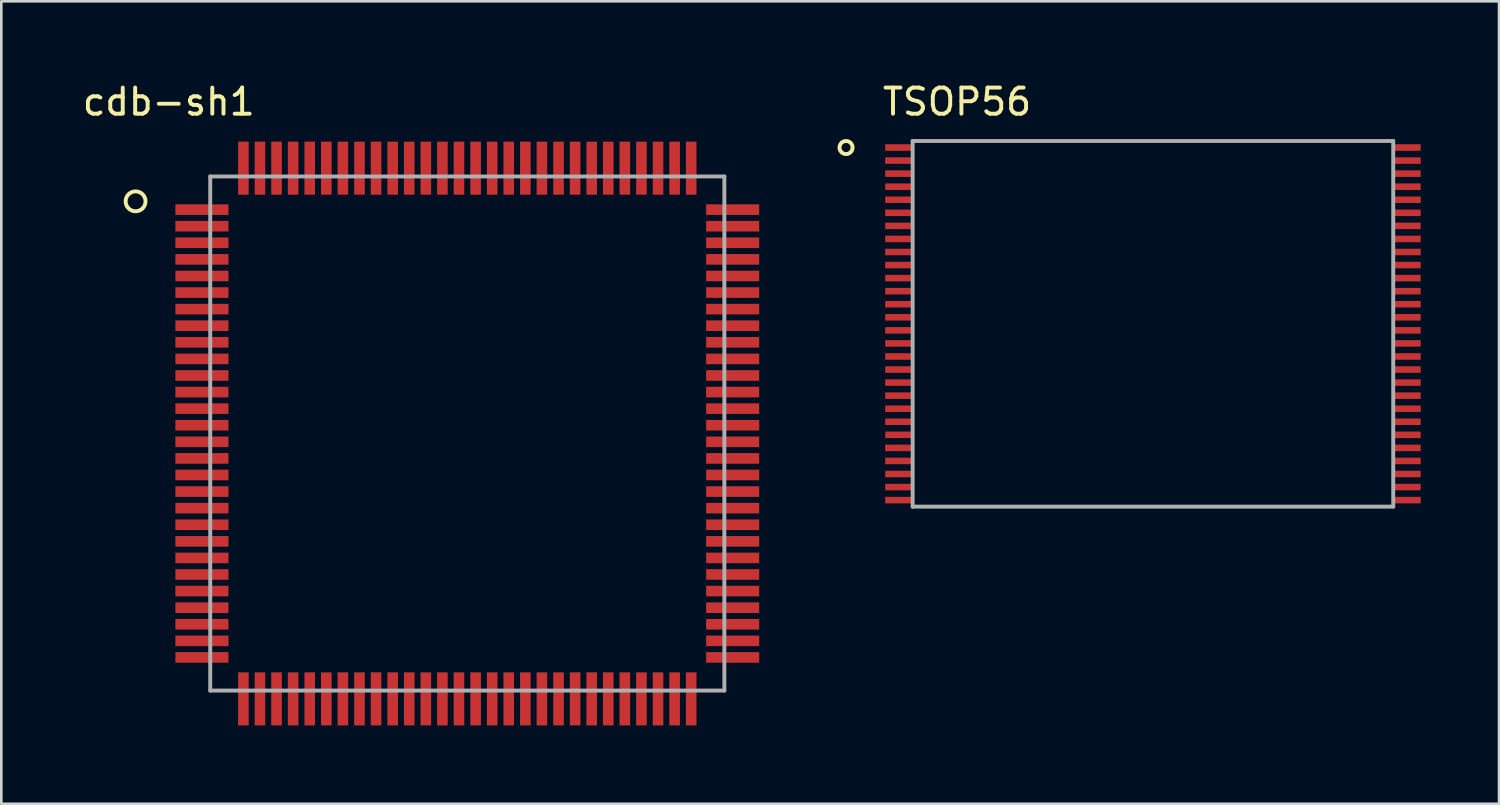
<source format=kicad_pcb>
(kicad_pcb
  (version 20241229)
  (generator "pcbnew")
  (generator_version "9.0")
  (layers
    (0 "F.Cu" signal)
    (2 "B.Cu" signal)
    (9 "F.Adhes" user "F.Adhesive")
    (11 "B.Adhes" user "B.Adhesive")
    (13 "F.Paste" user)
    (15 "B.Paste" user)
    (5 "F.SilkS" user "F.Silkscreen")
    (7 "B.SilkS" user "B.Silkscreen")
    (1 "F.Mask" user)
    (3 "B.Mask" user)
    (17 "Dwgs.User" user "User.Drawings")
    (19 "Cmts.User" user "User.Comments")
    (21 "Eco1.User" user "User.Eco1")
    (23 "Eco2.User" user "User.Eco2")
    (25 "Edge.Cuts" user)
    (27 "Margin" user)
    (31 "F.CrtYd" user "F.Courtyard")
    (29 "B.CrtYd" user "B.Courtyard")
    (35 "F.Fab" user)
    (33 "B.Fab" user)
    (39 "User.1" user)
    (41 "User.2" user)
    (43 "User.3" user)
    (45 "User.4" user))
  (footprint "cdb-sh1"
    (layer "F.Cu")
    (at 14.841 13.548)
    (property "Reference" "cdb-sh1" (at -11.43 -12.7 0) (layer "F.SilkS") (effects (font (size 1 1) (thickness 0.15))))
    (attr through_hole)
    (fp_circle (center -12.7 -8.89) (end -12.319 -8.89) (stroke (width 0.15) (type solid)) (fill no) (layer "F.SilkS"))
    (fp_line (start -9.842 -9.842) (end 9.842 -9.842) (stroke (width 0.15) (type solid)) (layer "F.Fab"))
    (fp_line (start -9.842 9.842) (end -9.842 -9.842) (stroke (width 0.15) (type solid)) (layer "F.Fab"))
    (fp_line (start 9.842 -9.842) (end 9.842 9.842) (stroke (width 0.15) (type solid)) (layer "F.Fab"))
    (fp_line (start 9.842 9.842) (end -9.842 9.842) (stroke (width 0.15) (type solid)) (layer "F.Fab"))
    (pad "1" smd rect (at -10.16 -8.572) (size 2.032 0.406) (layers "F.Cu" "F.Mask" "F.Paste"))
    (pad "2" smd rect (at -10.16 -7.938) (size 2.032 0.406) (layers "F.Cu" "F.Mask" "F.Paste"))
    (pad "3" smd rect (at -10.16 -7.303) (size 2.032 0.406) (layers "F.Cu" "F.Mask" "F.Paste"))
    (pad "4" smd rect (at -10.16 -6.668) (size 2.032 0.406) (layers "F.Cu" "F.Mask" "F.Paste"))
    (pad "5" smd rect (at -10.16 -6.032) (size 2.032 0.406) (layers "F.Cu" "F.Mask" "F.Paste"))
    (pad "6" smd rect (at -10.16 -5.397) (size 2.032 0.406) (layers "F.Cu" "F.Mask" "F.Paste"))
    (pad "7" smd rect (at -10.16 -4.763) (size 2.032 0.406) (layers "F.Cu" "F.Mask" "F.Paste"))
    (pad "8" smd rect (at -10.16 -4.128) (size 2.032 0.406) (layers "F.Cu" "F.Mask" "F.Paste"))
    (pad "9" smd rect (at -10.16 -3.493) (size 2.032 0.406) (layers "F.Cu" "F.Mask" "F.Paste"))
    (pad "10" smd rect (at -10.16 -2.857) (size 2.032 0.406) (layers "F.Cu" "F.Mask" "F.Paste"))
    (pad "11" smd rect (at -10.16 -2.223) (size 2.032 0.406) (layers "F.Cu" "F.Mask" "F.Paste"))
    (pad "12" smd rect (at -10.16 -1.587) (size 2.032 0.406) (layers "F.Cu" "F.Mask" "F.Paste"))
    (pad "13" smd rect (at -10.16 -0.953) (size 2.032 0.406) (layers "F.Cu" "F.Mask" "F.Paste"))
    (pad "14" smd rect (at -10.16 -0.318) (size 2.032 0.406) (layers "F.Cu" "F.Mask" "F.Paste"))
    (pad "15" smd rect (at -10.16 0.318) (size 2.032 0.406) (layers "F.Cu" "F.Mask" "F.Paste"))
    (pad "16" smd rect (at -10.16 0.953) (size 2.032 0.406) (layers "F.Cu" "F.Mask" "F.Paste"))
    (pad "17" smd rect (at -10.16 1.587) (size 2.032 0.406) (layers "F.Cu" "F.Mask" "F.Paste"))
    (pad "18" smd rect (at -10.16 2.223) (size 2.032 0.406) (layers "F.Cu" "F.Mask" "F.Paste"))
    (pad "19" smd rect (at -10.16 2.857) (size 2.032 0.406) (layers "F.Cu" "F.Mask" "F.Paste"))
    (pad "20" smd rect (at -10.16 3.493) (size 2.032 0.406) (layers "F.Cu" "F.Mask" "F.Paste"))
    (pad "21" smd rect (at -10.16 4.128) (size 2.032 0.406) (layers "F.Cu" "F.Mask" "F.Paste"))
    (pad "22" smd rect (at -10.16 4.763) (size 2.032 0.406) (layers "F.Cu" "F.Mask" "F.Paste"))
    (pad "23" smd rect (at -10.16 5.397) (size 2.032 0.406) (layers "F.Cu" "F.Mask" "F.Paste"))
    (pad "24" smd rect (at -10.16 6.032) (size 2.032 0.406) (layers "F.Cu" "F.Mask" "F.Paste"))
    (pad "25" smd rect (at -10.16 6.668) (size 2.032 0.406) (layers "F.Cu" "F.Mask" "F.Paste"))
    (pad "26" smd rect (at -10.16 7.303) (size 2.032 0.406) (layers "F.Cu" "F.Mask" "F.Paste"))
    (pad "27" smd rect (at -10.16 7.938) (size 2.032 0.406) (layers "F.Cu" "F.Mask" "F.Paste"))
    (pad "28" smd rect (at -10.16 8.572) (size 2.032 0.406) (layers "F.Cu" "F.Mask" "F.Paste"))
    (pad "29" smd rect (at -8.572 10.16 90) (size 2.032 0.406) (layers "F.Cu" "F.Mask" "F.Paste"))
    (pad "30" smd rect (at -7.938 10.16 90) (size 2.032 0.406) (layers "F.Cu" "F.Mask" "F.Paste"))
    (pad "31" smd rect (at -7.303 10.16 90) (size 2.032 0.406) (layers "F.Cu" "F.Mask" "F.Paste"))
    (pad "32" smd rect (at -6.668 10.16 90) (size 2.032 0.406) (layers "F.Cu" "F.Mask" "F.Paste"))
    (pad "33" smd rect (at -6.032 10.16 90) (size 2.032 0.406) (layers "F.Cu" "F.Mask" "F.Paste"))
    (pad "34" smd rect (at -5.397 10.16 90) (size 2.032 0.406) (layers "F.Cu" "F.Mask" "F.Paste"))
    (pad "35" smd rect (at -4.763 10.16 90) (size 2.032 0.406) (layers "F.Cu" "F.Mask" "F.Paste"))
    (pad "36" smd rect (at -4.128 10.16 90) (size 2.032 0.406) (layers "F.Cu" "F.Mask" "F.Paste"))
    (pad "37" smd rect (at -3.493 10.16 90) (size 2.032 0.406) (layers "F.Cu" "F.Mask" "F.Paste"))
    (pad "38" smd rect (at -2.857 10.16 90) (size 2.032 0.406) (layers "F.Cu" "F.Mask" "F.Paste"))
    (pad "39" smd rect (at -2.223 10.16 90) (size 2.032 0.406) (layers "F.Cu" "F.Mask" "F.Paste"))
    (pad "40" smd rect (at -1.587 10.16 90) (size 2.032 0.406) (layers "F.Cu" "F.Mask" "F.Paste"))
    (pad "41" smd rect (at -0.953 10.16 90) (size 2.032 0.406) (layers "F.Cu" "F.Mask" "F.Paste"))
    (pad "42" smd rect (at -0.318 10.16 90) (size 2.032 0.406) (layers "F.Cu" "F.Mask" "F.Paste"))
    (pad "43" smd rect (at 0.318 10.16 90) (size 2.032 0.406) (layers "F.Cu" "F.Mask" "F.Paste"))
    (pad "44" smd rect (at 0.953 10.16 90) (size 2.032 0.406) (layers "F.Cu" "F.Mask" "F.Paste"))
    (pad "45" smd rect (at 1.587 10.16 90) (size 2.032 0.406) (layers "F.Cu" "F.Mask" "F.Paste"))
    (pad "46" smd rect (at 2.223 10.16 90) (size 2.032 0.406) (layers "F.Cu" "F.Mask" "F.Paste"))
    (pad "47" smd rect (at 2.857 10.16 90) (size 2.032 0.406) (layers "F.Cu" "F.Mask" "F.Paste"))
    (pad "48" smd rect (at 3.493 10.16 90) (size 2.032 0.406) (layers "F.Cu" "F.Mask" "F.Paste"))
    (pad "49" smd rect (at 4.128 10.16 90) (size 2.032 0.406) (layers "F.Cu" "F.Mask" "F.Paste"))
    (pad "50" smd rect (at 4.763 10.16 90) (size 2.032 0.406) (layers "F.Cu" "F.Mask" "F.Paste"))
    (pad "51" smd rect (at 5.397 10.16 90) (size 2.032 0.406) (layers "F.Cu" "F.Mask" "F.Paste"))
    (pad "52" smd rect (at 6.032 10.16 90) (size 2.032 0.406) (layers "F.Cu" "F.Mask" "F.Paste"))
    (pad "53" smd rect (at 6.668 10.16 90) (size 2.032 0.406) (layers "F.Cu" "F.Mask" "F.Paste"))
    (pad "54" smd rect (at 7.303 10.16 90) (size 2.032 0.406) (layers "F.Cu" "F.Mask" "F.Paste"))
    (pad "55" smd rect (at 7.938 10.16 90) (size 2.032 0.406) (layers "F.Cu" "F.Mask" "F.Paste"))
    (pad "56" smd rect (at 8.572 10.16 90) (size 2.032 0.406) (layers "F.Cu" "F.Mask" "F.Paste"))
    (pad "57" smd rect (at 10.16 8.572) (size 2.032 0.406) (layers "F.Cu" "F.Mask" "F.Paste"))
    (pad "58" smd rect (at 10.16 7.938) (size 2.032 0.406) (layers "F.Cu" "F.Mask" "F.Paste"))
    (pad "59" smd rect (at 10.16 7.303) (size 2.032 0.406) (layers "F.Cu" "F.Mask" "F.Paste"))
    (pad "60" smd rect (at 10.16 6.668) (size 2.032 0.406) (layers "F.Cu" "F.Mask" "F.Paste"))
    (pad "61" smd rect (at 10.16 6.032) (size 2.032 0.406) (layers "F.Cu" "F.Mask" "F.Paste"))
    (pad "62" smd rect (at 10.16 5.397) (size 2.032 0.406) (layers "F.Cu" "F.Mask" "F.Paste"))
    (pad "63" smd rect (at 10.16 4.763) (size 2.032 0.406) (layers "F.Cu" "F.Mask" "F.Paste"))
    (pad "64" smd rect (at 10.16 4.128) (size 2.032 0.406) (layers "F.Cu" "F.Mask" "F.Paste"))
    (pad "65" smd rect (at 10.16 3.493) (size 2.032 0.406) (layers "F.Cu" "F.Mask" "F.Paste"))
    (pad "66" smd rect (at 10.16 2.857) (size 2.032 0.406) (layers "F.Cu" "F.Mask" "F.Paste"))
    (pad "67" smd rect (at 10.16 2.223) (size 2.032 0.406) (layers "F.Cu" "F.Mask" "F.Paste"))
    (pad "68" smd rect (at 10.16 1.587) (size 2.032 0.406) (layers "F.Cu" "F.Mask" "F.Paste"))
    (pad "69" smd rect (at 10.16 0.953) (size 2.032 0.406) (layers "F.Cu" "F.Mask" "F.Paste"))
    (pad "70" smd rect (at 10.16 0.318) (size 2.032 0.406) (layers "F.Cu" "F.Mask" "F.Paste"))
    (pad "71" smd rect (at 10.16 -0.318) (size 2.032 0.406) (layers "F.Cu" "F.Mask" "F.Paste"))
    (pad "72" smd rect (at 10.16 -0.953) (size 2.032 0.406) (layers "F.Cu" "F.Mask" "F.Paste"))
    (pad "73" smd rect (at 10.16 -1.587) (size 2.032 0.406) (layers "F.Cu" "F.Mask" "F.Paste"))
    (pad "74" smd rect (at 10.16 -2.223) (size 2.032 0.406) (layers "F.Cu" "F.Mask" "F.Paste"))
    (pad "75" smd rect (at 10.16 -2.857) (size 2.032 0.406) (layers "F.Cu" "F.Mask" "F.Paste"))
    (pad "76" smd rect (at 10.16 -3.493) (size 2.032 0.406) (layers "F.Cu" "F.Mask" "F.Paste"))
    (pad "77" smd rect (at 10.16 -4.128) (size 2.032 0.406) (layers "F.Cu" "F.Mask" "F.Paste"))
    (pad "78" smd rect (at 10.16 -4.763) (size 2.032 0.406) (layers "F.Cu" "F.Mask" "F.Paste"))
    (pad "79" smd rect (at 10.16 -5.397) (size 2.032 0.406) (layers "F.Cu" "F.Mask" "F.Paste"))
    (pad "80" smd rect (at 10.16 -6.032) (size 2.032 0.406) (layers "F.Cu" "F.Mask" "F.Paste"))
    (pad "81" smd rect (at 10.16 -6.668) (size 2.032 0.406) (layers "F.Cu" "F.Mask" "F.Paste"))
    (pad "82" smd rect (at 10.16 -7.303) (size 2.032 0.406) (layers "F.Cu" "F.Mask" "F.Paste"))
    (pad "83" smd rect (at 10.16 -7.938) (size 2.032 0.406) (layers "F.Cu" "F.Mask" "F.Paste"))
    (pad "84" smd rect (at 10.16 -8.572) (size 2.032 0.406) (layers "F.Cu" "F.Mask" "F.Paste"))
    (pad "85" smd rect (at 8.572 -10.16 90) (size 2.032 0.406) (layers "F.Cu" "F.Mask" "F.Paste"))
    (pad "86" smd rect (at 7.938 -10.16 90) (size 2.032 0.406) (layers "F.Cu" "F.Mask" "F.Paste"))
    (pad "87" smd rect (at 7.303 -10.16 90) (size 2.032 0.406) (layers "F.Cu" "F.Mask" "F.Paste"))
    (pad "88" smd rect (at 6.668 -10.16 90) (size 2.032 0.406) (layers "F.Cu" "F.Mask" "F.Paste"))
    (pad "89" smd rect (at 6.032 -10.16 90) (size 2.032 0.406) (layers "F.Cu" "F.Mask" "F.Paste"))
    (pad "90" smd rect (at 5.397 -10.16 90) (size 2.032 0.406) (layers "F.Cu" "F.Mask" "F.Paste"))
    (pad "91" smd rect (at 4.763 -10.16 90) (size 2.032 0.406) (layers "F.Cu" "F.Mask" "F.Paste"))
    (pad "92" smd rect (at 4.128 -10.16 90) (size 2.032 0.406) (layers "F.Cu" "F.Mask" "F.Paste"))
    (pad "93" smd rect (at 3.493 -10.16 90) (size 2.032 0.406) (layers "F.Cu" "F.Mask" "F.Paste"))
    (pad "94" smd rect (at 2.857 -10.16 90) (size 2.032 0.406) (layers "F.Cu" "F.Mask" "F.Paste"))
    (pad "95" smd rect (at 2.223 -10.16 90) (size 2.032 0.406) (layers "F.Cu" "F.Mask" "F.Paste"))
    (pad "96" smd rect (at 1.587 -10.16 90) (size 2.032 0.406) (layers "F.Cu" "F.Mask" "F.Paste"))
    (pad "97" smd rect (at 0.953 -10.16 90) (size 2.032 0.406) (layers "F.Cu" "F.Mask" "F.Paste"))
    (pad "98" smd rect (at 0.318 -10.16 90) (size 2.032 0.406) (layers "F.Cu" "F.Mask" "F.Paste"))
    (pad "99" smd rect (at -0.318 -10.16 90) (size 2.032 0.406) (layers "F.Cu" "F.Mask" "F.Paste"))
    (pad "100" smd rect (at -0.953 -10.16 90) (size 2.032 0.406) (layers "F.Cu" "F.Mask" "F.Paste"))
    (pad "101" smd rect (at -1.587 -10.16 90) (size 2.032 0.406) (layers "F.Cu" "F.Mask" "F.Paste"))
    (pad "102" smd rect (at -2.223 -10.16 90) (size 2.032 0.406) (layers "F.Cu" "F.Mask" "F.Paste"))
    (pad "103" smd rect (at -2.857 -10.16 90) (size 2.032 0.406) (layers "F.Cu" "F.Mask" "F.Paste"))
    (pad "104" smd rect (at -3.493 -10.16 90) (size 2.032 0.406) (layers "F.Cu" "F.Mask" "F.Paste"))
    (pad "105" smd rect (at -4.128 -10.16 90) (size 2.032 0.406) (layers "F.Cu" "F.Mask" "F.Paste"))
    (pad "106" smd rect (at -4.763 -10.16 90) (size 2.032 0.406) (layers "F.Cu" "F.Mask" "F.Paste"))
    (pad "107" smd rect (at -5.397 -10.16 90) (size 2.032 0.406) (layers "F.Cu" "F.Mask" "F.Paste"))
    (pad "108" smd rect (at -6.032 -10.16 90) (size 2.032 0.406) (layers "F.Cu" "F.Mask" "F.Paste"))
    (pad "109" smd rect (at -6.668 -10.16 90) (size 2.032 0.406) (layers "F.Cu" "F.Mask" "F.Paste"))
    (pad "110" smd rect (at -7.303 -10.16 90) (size 2.032 0.406) (layers "F.Cu" "F.Mask" "F.Paste"))
    (pad "111" smd rect (at -7.938 -10.16 90) (size 2.032 0.406) (layers "F.Cu" "F.Mask" "F.Paste"))
    (pad "112" smd rect (at -8.572 -10.16 90) (size 2.032 0.406) (layers "F.Cu" "F.Mask" "F.Paste")))
  (footprint "TSOP56"
    (layer "F.Cu")
    (at 41.092 9.348)
    (property "Reference" "TSOP56" (at -7.5 -8.5 0) (layer "F.SilkS") (effects (font (size 1 1) (thickness 0.15))))
    (attr through_hole)
    (fp_circle (center -11.75 -6.75) (end -11.5 -6.75) (stroke (width 0.15) (type solid)) (fill no) (layer "F.SilkS"))
    (fp_line (start -9.2 -7) (end 9.2 -7) (stroke (width 0.15) (type solid)) (layer "F.Fab"))
    (fp_line (start -9.2 7) (end -9.2 -7) (stroke (width 0.15) (type solid)) (layer "F.Fab"))
    (fp_line (start 9.2 -7) (end 9.2 7) (stroke (width 0.15) (type solid)) (layer "F.Fab"))
    (fp_line (start 9.2 7) (end -9.2 7) (stroke (width 0.15) (type solid)) (layer "F.Fab"))
    (pad "1" smd rect (at -9.7 -6.75) (size 1.1 0.25) (layers "F.Cu" "F.Mask" "F.Paste"))
    (pad "2" smd rect (at -9.7 -6.25) (size 1.1 0.25) (layers "F.Cu" "F.Mask" "F.Paste"))
    (pad "3" smd rect (at -9.7 -5.75) (size 1.1 0.25) (layers "F.Cu" "F.Mask" "F.Paste"))
    (pad "4" smd rect (at -9.7 -5.25) (size 1.1 0.25) (layers "F.Cu" "F.Mask" "F.Paste"))
    (pad "5" smd rect (at -9.7 -4.75) (size 1.1 0.25) (layers "F.Cu" "F.Mask" "F.Paste"))
    (pad "6" smd rect (at -9.7 -4.25) (size 1.1 0.25) (layers "F.Cu" "F.Mask" "F.Paste"))
    (pad "7" smd rect (at -9.7 -3.75) (size 1.1 0.25) (layers "F.Cu" "F.Mask" "F.Paste"))
    (pad "8" smd rect (at -9.7 -3.25) (size 1.1 0.25) (layers "F.Cu" "F.Mask" "F.Paste"))
    (pad "9" smd rect (at -9.7 -2.75) (size 1.1 0.25) (layers "F.Cu" "F.Mask" "F.Paste"))
    (pad "10" smd rect (at -9.7 -2.25) (size 1.1 0.25) (layers "F.Cu" "F.Mask" "F.Paste"))
    (pad "11" smd rect (at -9.7 -1.75) (size 1.1 0.25) (layers "F.Cu" "F.Mask" "F.Paste"))
    (pad "12" smd rect (at -9.7 -1.25) (size 1.1 0.25) (layers "F.Cu" "F.Mask" "F.Paste"))
    (pad "13" smd rect (at -9.7 -0.75) (size 1.1 0.25) (layers "F.Cu" "F.Mask" "F.Paste"))
    (pad "14" smd rect (at -9.7 -0.25) (size 1.1 0.25) (layers "F.Cu" "F.Mask" "F.Paste"))
    (pad "15" smd rect (at -9.7 0.25) (size 1.1 0.25) (layers "F.Cu" "F.Mask" "F.Paste"))
    (pad "16" smd rect (at -9.7 0.75) (size 1.1 0.25) (layers "F.Cu" "F.Mask" "F.Paste"))
    (pad "17" smd rect (at -9.7 1.25) (size 1.1 0.25) (layers "F.Cu" "F.Mask" "F.Paste"))
    (pad "18" smd rect (at -9.7 1.75) (size 1.1 0.25) (layers "F.Cu" "F.Mask" "F.Paste"))
    (pad "19" smd rect (at -9.7 2.25) (size 1.1 0.25) (layers "F.Cu" "F.Mask" "F.Paste"))
    (pad "20" smd rect (at -9.7 2.75) (size 1.1 0.25) (layers "F.Cu" "F.Mask" "F.Paste"))
    (pad "21" smd rect (at -9.7 3.25) (size 1.1 0.25) (layers "F.Cu" "F.Mask" "F.Paste"))
    (pad "22" smd rect (at -9.7 3.75) (size 1.1 0.25) (layers "F.Cu" "F.Mask" "F.Paste"))
    (pad "23" smd rect (at -9.7 4.25) (size 1.1 0.25) (layers "F.Cu" "F.Mask" "F.Paste"))
    (pad "24" smd rect (at -9.7 4.75) (size 1.1 0.25) (layers "F.Cu" "F.Mask" "F.Paste"))
    (pad "25" smd rect (at -9.7 5.25) (size 1.1 0.25) (layers "F.Cu" "F.Mask" "F.Paste"))
    (pad "26" smd rect (at -9.7 5.75) (size 1.1 0.25) (layers "F.Cu" "F.Mask" "F.Paste"))
    (pad "27" smd rect (at -9.7 6.25) (size 1.1 0.25) (layers "F.Cu" "F.Mask" "F.Paste"))
    (pad "28" smd rect (at -9.7 6.75) (size 1.1 0.25) (layers "F.Cu" "F.Mask" "F.Paste"))
    (pad "29" smd rect (at 9.7 6.75) (size 1.1 0.25) (layers "F.Cu" "F.Mask" "F.Paste"))
    (pad "30" smd rect (at 9.7 6.25) (size 1.1 0.25) (layers "F.Cu" "F.Mask" "F.Paste"))
    (pad "31" smd rect (at 9.7 5.75) (size 1.1 0.25) (layers "F.Cu" "F.Mask" "F.Paste"))
    (pad "32" smd rect (at 9.7 5.25) (size 1.1 0.25) (layers "F.Cu" "F.Mask" "F.Paste"))
    (pad "33" smd rect (at 9.7 4.75) (size 1.1 0.25) (layers "F.Cu" "F.Mask" "F.Paste"))
    (pad "34" smd rect (at 9.7 4.25) (size 1.1 0.25) (layers "F.Cu" "F.Mask" "F.Paste"))
    (pad "35" smd rect (at 9.7 3.75) (size 1.1 0.25) (layers "F.Cu" "F.Mask" "F.Paste"))
    (pad "36" smd rect (at 9.7 3.25) (size 1.1 0.25) (layers "F.Cu" "F.Mask" "F.Paste"))
    (pad "37" smd rect (at 9.7 2.75) (size 1.1 0.25) (layers "F.Cu" "F.Mask" "F.Paste"))
    (pad "38" smd rect (at 9.7 2.25) (size 1.1 0.25) (layers "F.Cu" "F.Mask" "F.Paste"))
    (pad "39" smd rect (at 9.7 1.75) (size 1.1 0.25) (layers "F.Cu" "F.Mask" "F.Paste"))
    (pad "40" smd rect (at 9.7 1.25) (size 1.1 0.25) (layers "F.Cu" "F.Mask" "F.Paste"))
    (pad "41" smd rect (at 9.7 0.75) (size 1.1 0.25) (layers "F.Cu" "F.Mask" "F.Paste"))
    (pad "42" smd rect (at 9.7 0.25) (size 1.1 0.25) (layers "F.Cu" "F.Mask" "F.Paste"))
    (pad "43" smd rect (at 9.7 -0.25) (size 1.1 0.25) (layers "F.Cu" "F.Mask" "F.Paste"))
    (pad "44" smd rect (at 9.7 -0.75) (size 1.1 0.25) (layers "F.Cu" "F.Mask" "F.Paste"))
    (pad "45" smd rect (at 9.7 -1.25) (size 1.1 0.25) (layers "F.Cu" "F.Mask" "F.Paste"))
    (pad "46" smd rect (at 9.7 -1.75) (size 1.1 0.25) (layers "F.Cu" "F.Mask" "F.Paste"))
    (pad "47" smd rect (at 9.7 -2.25) (size 1.1 0.25) (layers "F.Cu" "F.Mask" "F.Paste"))
    (pad "48" smd rect (at 9.7 -2.75) (size 1.1 0.25) (layers "F.Cu" "F.Mask" "F.Paste"))
    (pad "49" smd rect (at 9.7 -3.25) (size 1.1 0.25) (layers "F.Cu" "F.Mask" "F.Paste"))
    (pad "50" smd rect (at 9.7 -3.75) (size 1.1 0.25) (layers "F.Cu" "F.Mask" "F.Paste"))
    (pad "51" smd rect (at 9.7 -4.25) (size 1.1 0.25) (layers "F.Cu" "F.Mask" "F.Paste"))
    (pad "52" smd rect (at 9.7 -4.75) (size 1.1 0.25) (layers "F.Cu" "F.Mask" "F.Paste"))
    (pad "53" smd rect (at 9.7 -5.25) (size 1.1 0.25) (layers "F.Cu" "F.Mask" "F.Paste"))
    (pad "54" smd rect (at 9.7 -5.75) (size 1.1 0.25) (layers "F.Cu" "F.Mask" "F.Paste"))
    (pad "55" smd rect (at 9.7 -6.25) (size 1.1 0.25) (layers "F.Cu" "F.Mask" "F.Paste"))
    (pad "56" smd rect (at 9.7 -6.75) (size 1.1 0.25) (layers "F.Cu" "F.Mask" "F.Paste")))
  (gr_rect
    (start -3 -3)
    (end 54.342 27.724)
    (stroke (width 0.1) (type default))
    (fill no)
    (layer "Edge.Cuts")))
</source>
